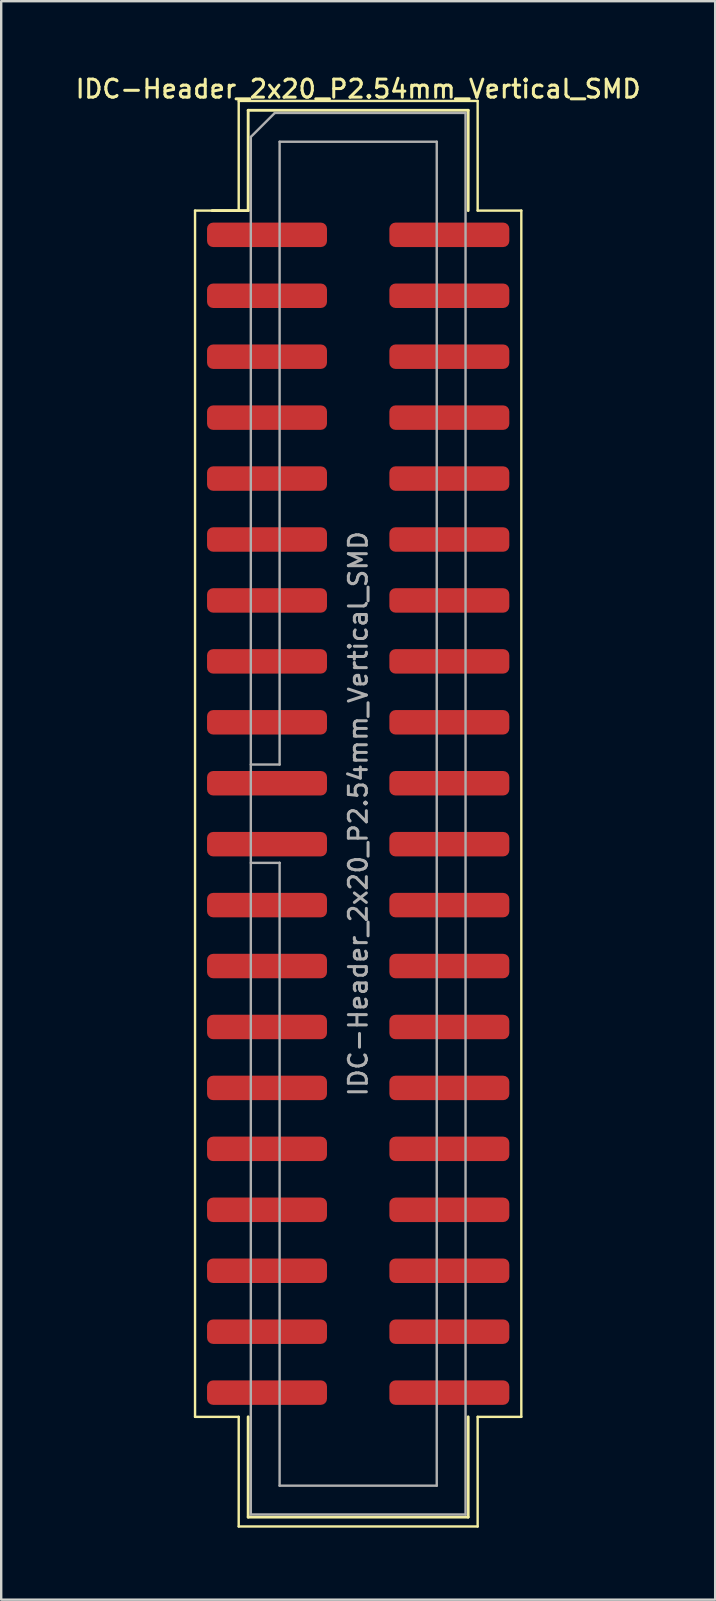
<source format=kicad_pcb>
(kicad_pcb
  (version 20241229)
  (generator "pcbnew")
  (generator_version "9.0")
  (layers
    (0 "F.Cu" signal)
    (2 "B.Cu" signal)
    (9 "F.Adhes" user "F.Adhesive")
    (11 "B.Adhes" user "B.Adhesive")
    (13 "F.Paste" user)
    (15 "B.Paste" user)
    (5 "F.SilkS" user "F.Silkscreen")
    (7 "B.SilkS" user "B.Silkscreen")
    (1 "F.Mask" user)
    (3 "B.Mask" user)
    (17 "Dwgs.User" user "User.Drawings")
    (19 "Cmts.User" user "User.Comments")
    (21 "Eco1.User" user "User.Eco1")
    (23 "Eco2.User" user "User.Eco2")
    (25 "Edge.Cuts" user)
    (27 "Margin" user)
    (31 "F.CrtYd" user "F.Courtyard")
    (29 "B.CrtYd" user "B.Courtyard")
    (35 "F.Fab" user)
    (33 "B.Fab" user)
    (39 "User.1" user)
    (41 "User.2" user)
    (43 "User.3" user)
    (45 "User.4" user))
  (footprint "IDC-Header_2x20_P2.54mm_Vertical_SMD"
    (layer "F.Cu")
    (at 11.88 30.868)
    (property "Reference" "IDC-Header_2x20_P2.54mm_Vertical_SMD" (at 0 -30.21 0) (layer "F.SilkS") (effects (font (size 0.75 0.75) (thickness 0.125))))
    (attr smd)
    (fp_line (start -6.8 -25.14) (end -6.8 25.14) (stroke (width 0.1) (type solid)) (layer "F.SilkS"))
    (fp_line (start -6.8 25.14) (end -4.98 25.14) (stroke (width 0.1) (type solid)) (layer "F.SilkS"))
    (fp_line (start -4.98 -29.71) (end -4.98 -25.14) (stroke (width 0.1) (type solid)) (layer "F.SilkS"))
    (fp_line (start -4.98 -25.14) (end -6.8 -25.14) (stroke (width 0.1) (type solid)) (layer "F.SilkS"))
    (fp_line (start -4.98 25.14) (end -4.98 29.71) (stroke (width 0.1) (type solid)) (layer "F.SilkS"))
    (fp_line (start -4.98 29.71) (end 4.98 29.71) (stroke (width 0.1) (type solid)) (layer "F.SilkS"))
    (fp_line (start -4.585 -29.32) (end 4.585 -29.32) (stroke (width 0.12) (type solid)) (layer "F.SilkS"))
    (fp_line (start -4.585 -25.14) (end -6.085 -25.14) (stroke (width 0.12) (type solid)) (layer "F.SilkS"))
    (fp_line (start -4.585 -25.14) (end -4.585 -29.32) (stroke (width 0.12) (type solid)) (layer "F.SilkS"))
    (fp_line (start -4.585 25.14) (end -4.585 29.32) (stroke (width 0.12) (type solid)) (layer "F.SilkS"))
    (fp_line (start -4.585 29.32) (end 4.585 29.32) (stroke (width 0.12) (type solid)) (layer "F.SilkS"))
    (fp_line (start 4.585 -29.32) (end 4.585 -25.14) (stroke (width 0.12) (type solid)) (layer "F.SilkS"))
    (fp_line (start 4.585 29.32) (end 4.585 25.14) (stroke (width 0.12) (type solid)) (layer "F.SilkS"))
    (fp_line (start 4.98 -29.71) (end -4.98 -29.71) (stroke (width 0.1) (type solid)) (layer "F.SilkS"))
    (fp_line (start 4.98 -25.14) (end 4.98 -29.71) (stroke (width 0.1) (type solid)) (layer "F.SilkS"))
    (fp_line (start 4.98 25.14) (end 6.8 25.14) (stroke (width 0.1) (type solid)) (layer "F.SilkS"))
    (fp_line (start 4.98 29.71) (end 4.98 25.14) (stroke (width 0.1) (type solid)) (layer "F.SilkS"))
    (fp_line (start 6.8 -25.14) (end 4.98 -25.14) (stroke (width 0.1) (type solid)) (layer "F.SilkS"))
    (fp_line (start 6.8 25.14) (end 6.8 -25.14) (stroke (width 0.1) (type solid)) (layer "F.SilkS"))
    (fp_line (start -4.475 -28.21) (end -3.475 -29.21) (stroke (width 0.1) (type solid)) (layer "F.Fab"))
    (fp_line (start -4.475 -2.05) (end -3.275 -2.05) (stroke (width 0.1) (type solid)) (layer "F.Fab"))
    (fp_line (start -4.475 29.21) (end -4.475 -28.21) (stroke (width 0.1) (type solid)) (layer "F.Fab"))
    (fp_line (start -3.475 -29.21) (end 4.475 -29.21) (stroke (width 0.1) (type solid)) (layer "F.Fab"))
    (fp_line (start -3.275 -28.01) (end 3.275 -28.01) (stroke (width 0.1) (type solid)) (layer "F.Fab"))
    (fp_line (start -3.275 -2.05) (end -3.275 -28.01) (stroke (width 0.1) (type solid)) (layer "F.Fab"))
    (fp_line (start -3.275 2.05) (end -4.475 2.05) (stroke (width 0.1) (type solid)) (layer "F.Fab"))
    (fp_line (start -3.275 2.05) (end -3.275 2.05) (stroke (width 0.1) (type solid)) (layer "F.Fab"))
    (fp_line (start -3.275 28.01) (end -3.275 2.05) (stroke (width 0.1) (type solid)) (layer "F.Fab"))
    (fp_line (start 3.275 -28.01) (end 3.275 28.01) (stroke (width 0.1) (type solid)) (layer "F.Fab"))
    (fp_line (start 3.275 28.01) (end -3.275 28.01) (stroke (width 0.1) (type solid)) (layer "F.Fab"))
    (fp_line (start 4.475 -29.21) (end 4.475 29.21) (stroke (width 0.1) (type solid)) (layer "F.Fab"))
    (fp_line (start 4.475 29.21) (end -4.475 29.21) (stroke (width 0.1) (type solid)) (layer "F.Fab"))
    (fp_text user "${REFERENCE}" (at 0 0 90) (layer "F.Fab") (effects (font (size 0.75 0.75) (thickness 0.125))))
    (pad "1" smd roundrect (at -3.8 -24.13) (size 5 1.02) (layers "F.Cu" "F.Mask" "F.Paste") (roundrect_rratio 0.25))
    (pad "2" smd roundrect (at 3.8 -24.13) (size 5 1.02) (layers "F.Cu" "F.Mask" "F.Paste") (roundrect_rratio 0.25))
    (pad "3" smd roundrect (at -3.8 -21.59) (size 5 1.02) (layers "F.Cu" "F.Mask" "F.Paste") (roundrect_rratio 0.25))
    (pad "4" smd roundrect (at 3.8 -21.59) (size 5 1.02) (layers "F.Cu" "F.Mask" "F.Paste") (roundrect_rratio 0.25))
    (pad "5" smd roundrect (at -3.8 -19.05) (size 5 1.02) (layers "F.Cu" "F.Mask" "F.Paste") (roundrect_rratio 0.25))
    (pad "6" smd roundrect (at 3.8 -19.05) (size 5 1.02) (layers "F.Cu" "F.Mask" "F.Paste") (roundrect_rratio 0.25))
    (pad "7" smd roundrect (at -3.8 -16.51) (size 5 1.02) (layers "F.Cu" "F.Mask" "F.Paste") (roundrect_rratio 0.25))
    (pad "8" smd roundrect (at 3.8 -16.51) (size 5 1.02) (layers "F.Cu" "F.Mask" "F.Paste") (roundrect_rratio 0.25))
    (pad "9" smd roundrect (at -3.8 -13.97) (size 5 1.02) (layers "F.Cu" "F.Mask" "F.Paste") (roundrect_rratio 0.25))
    (pad "10" smd roundrect (at 3.8 -13.97) (size 5 1.02) (layers "F.Cu" "F.Mask" "F.Paste") (roundrect_rratio 0.25))
    (pad "11" smd roundrect (at -3.8 -11.43) (size 5 1.02) (layers "F.Cu" "F.Mask" "F.Paste") (roundrect_rratio 0.25))
    (pad "12" smd roundrect (at 3.8 -11.43) (size 5 1.02) (layers "F.Cu" "F.Mask" "F.Paste") (roundrect_rratio 0.25))
    (pad "13" smd roundrect (at -3.8 -8.89) (size 5 1.02) (layers "F.Cu" "F.Mask" "F.Paste") (roundrect_rratio 0.25))
    (pad "14" smd roundrect (at 3.8 -8.89) (size 5 1.02) (layers "F.Cu" "F.Mask" "F.Paste") (roundrect_rratio 0.25))
    (pad "15" smd roundrect (at -3.8 -6.35) (size 5 1.02) (layers "F.Cu" "F.Mask" "F.Paste") (roundrect_rratio 0.25))
    (pad "16" smd roundrect (at 3.8 -6.35) (size 5 1.02) (layers "F.Cu" "F.Mask" "F.Paste") (roundrect_rratio 0.25))
    (pad "17" smd roundrect (at -3.8 -3.81) (size 5 1.02) (layers "F.Cu" "F.Mask" "F.Paste") (roundrect_rratio 0.25))
    (pad "18" smd roundrect (at 3.8 -3.81) (size 5 1.02) (layers "F.Cu" "F.Mask" "F.Paste") (roundrect_rratio 0.25))
    (pad "19" smd roundrect (at -3.8 -1.27) (size 5 1.02) (layers "F.Cu" "F.Mask" "F.Paste") (roundrect_rratio 0.25))
    (pad "20" smd roundrect (at 3.8 -1.27) (size 5 1.02) (layers "F.Cu" "F.Mask" "F.Paste") (roundrect_rratio 0.25))
    (pad "21" smd roundrect (at -3.8 1.27) (size 5 1.02) (layers "F.Cu" "F.Mask" "F.Paste") (roundrect_rratio 0.25))
    (pad "22" smd roundrect (at 3.8 1.27) (size 5 1.02) (layers "F.Cu" "F.Mask" "F.Paste") (roundrect_rratio 0.25))
    (pad "23" smd roundrect (at -3.8 3.81) (size 5 1.02) (layers "F.Cu" "F.Mask" "F.Paste") (roundrect_rratio 0.25))
    (pad "24" smd roundrect (at 3.8 3.81) (size 5 1.02) (layers "F.Cu" "F.Mask" "F.Paste") (roundrect_rratio 0.25))
    (pad "25" smd roundrect (at -3.8 6.35) (size 5 1.02) (layers "F.Cu" "F.Mask" "F.Paste") (roundrect_rratio 0.25))
    (pad "26" smd roundrect (at 3.8 6.35) (size 5 1.02) (layers "F.Cu" "F.Mask" "F.Paste") (roundrect_rratio 0.25))
    (pad "27" smd roundrect (at -3.8 8.89) (size 5 1.02) (layers "F.Cu" "F.Mask" "F.Paste") (roundrect_rratio 0.25))
    (pad "28" smd roundrect (at 3.8 8.89) (size 5 1.02) (layers "F.Cu" "F.Mask" "F.Paste") (roundrect_rratio 0.25))
    (pad "29" smd roundrect (at -3.8 11.43) (size 5 1.02) (layers "F.Cu" "F.Mask" "F.Paste") (roundrect_rratio 0.25))
    (pad "30" smd roundrect (at 3.8 11.43) (size 5 1.02) (layers "F.Cu" "F.Mask" "F.Paste") (roundrect_rratio 0.25))
    (pad "31" smd roundrect (at -3.8 13.97) (size 5 1.02) (layers "F.Cu" "F.Mask" "F.Paste") (roundrect_rratio 0.25))
    (pad "32" smd roundrect (at 3.8 13.97) (size 5 1.02) (layers "F.Cu" "F.Mask" "F.Paste") (roundrect_rratio 0.25))
    (pad "33" smd roundrect (at -3.8 16.51) (size 5 1.02) (layers "F.Cu" "F.Mask" "F.Paste") (roundrect_rratio 0.25))
    (pad "34" smd roundrect (at 3.8 16.51) (size 5 1.02) (layers "F.Cu" "F.Mask" "F.Paste") (roundrect_rratio 0.25))
    (pad "35" smd roundrect (at -3.8 19.05) (size 5 1.02) (layers "F.Cu" "F.Mask" "F.Paste") (roundrect_rratio 0.25))
    (pad "36" smd roundrect (at 3.8 19.05) (size 5 1.02) (layers "F.Cu" "F.Mask" "F.Paste") (roundrect_rratio 0.25))
    (pad "37" smd roundrect (at -3.8 21.59) (size 5 1.02) (layers "F.Cu" "F.Mask" "F.Paste") (roundrect_rratio 0.25))
    (pad "38" smd roundrect (at 3.8 21.59) (size 5 1.02) (layers "F.Cu" "F.Mask" "F.Paste") (roundrect_rratio 0.25))
    (pad "39" smd roundrect (at -3.8 24.13) (size 5 1.02) (layers "F.Cu" "F.Mask" "F.Paste") (roundrect_rratio 0.25))
    (pad "40" smd roundrect (at 3.8 24.13) (size 5 1.02) (layers "F.Cu" "F.Mask" "F.Paste") (roundrect_rratio 0.25)))
  (gr_rect
    (start -3 -3)
    (end 26.761 63.628)
    (stroke (width 0.1) (type default))
    (fill no)
    (layer "Edge.Cuts")))
</source>
